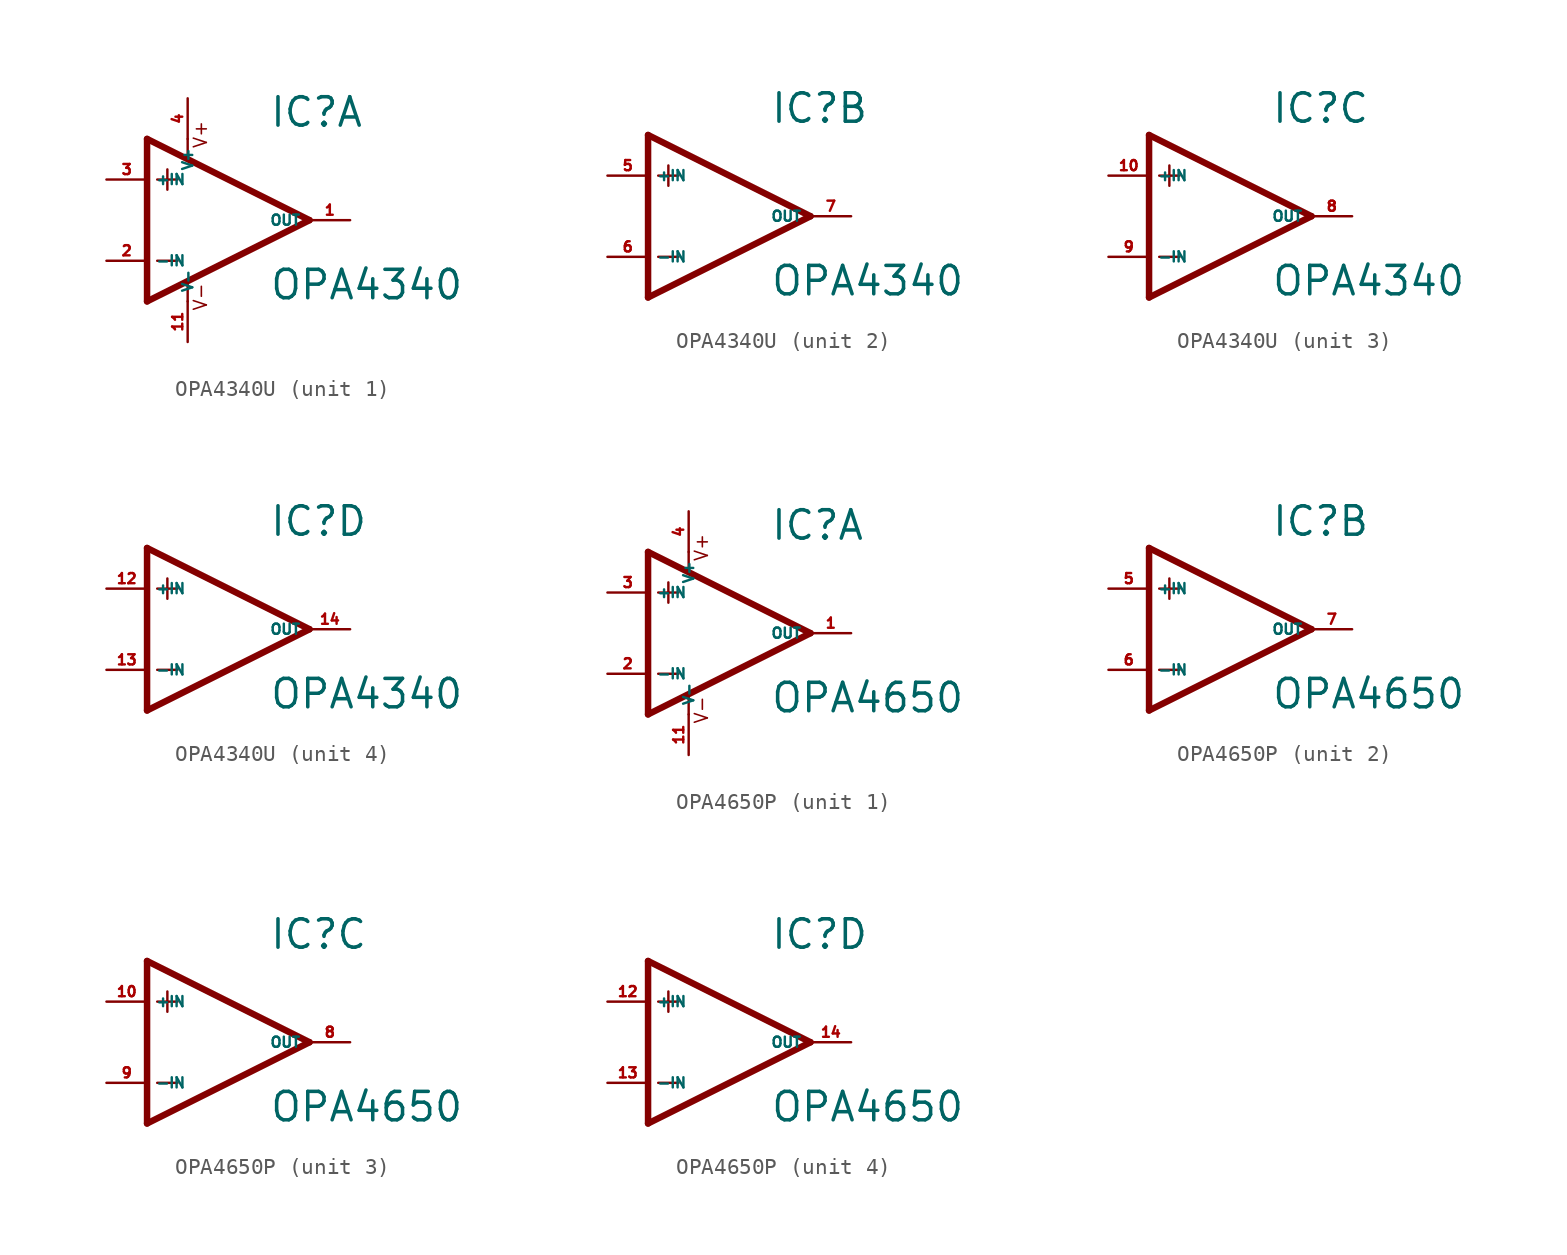
<source format=kicad_sym>
(kicad_symbol_lib
  (version 20220914)
  (generator Eagle2Kicad)
  (symbol "OPA4340U"
    (property "Reference" "IC"
      (at 2.54 5.715 0)
      (effects (font (size 1.778 1.778) (thickness 0.22)) (justify left bottom)))
    (property "Value" "OPA4340"
      (at 2.54 -5.08 0)
      (effects (font (size 1.778 1.778) (thickness 0.22)) (justify left bottom)))
    (symbol "OPA4340U_1_0"
      (polyline (pts (xy -3.81 3.175) (xy -3.81 1.905)) (stroke (width 0.152) (type default)) (fill (type none)))
      (polyline (pts (xy -4.445 2.54) (xy -3.175 2.54)) (stroke (width 0.152) (type default)) (fill (type none)))
      (polyline (pts (xy -4.445 -2.54) (xy -3.175 -2.54)) (stroke (width 0.152) (type default)) (fill (type none)))
      (polyline (pts (xy -2.54 5.08) (xy -2.54 3.886)) (stroke (width 0.152) (type default)) (fill (type none)))
      (polyline (pts (xy -2.54 -3.912) (xy -2.54 -5.08)) (stroke (width 0.152) (type default)) (fill (type none)))
      (polyline (pts (xy 5.08 0) (xy -5.08 5.08)) (stroke (width 0.406) (type default)) (fill (type none)))
      (polyline (pts (xy -5.08 5.08) (xy -5.08 -5.08)) (stroke (width 0.406) (type default)) (fill (type none)))
      (polyline (pts (xy -5.08 -5.08) (xy 5.08 0)) (stroke (width 0.406) (type default)) (fill (type none)))
      (text "V+" (at -1.27 4.445 900) (effects (font (size 0.813 0.813) (thickness 0.10)) (justify left bottom)))
      (text "V-" (at -1.27 -5.715 900) (effects (font (size 0.813 0.813) (thickness 0.10)) (justify left bottom)))
      (pin input line (at -7.62 -2.54 0) (length 2.54) (name "-IN" (effects (font (size 0.635 0.635) (thickness 0.08)) (justify left bottom))) (number "2" (effects (font (size 0.635 0.635) (thickness 0.08)) (justify left bottom))))
      (pin input line (at -7.62 2.54 0) (length 2.54) (name "+IN" (effects (font (size 0.635 0.635) (thickness 0.08)) (justify left bottom))) (number "3" (effects (font (size 0.635 0.635) (thickness 0.08)) (justify left bottom))))
      (pin output line (at 7.62 0 180) (length 2.54) (name "OUT" (effects (font (size 0.635 0.635) (thickness 0.08)) (justify left bottom))) (number "1" (effects (font (size 0.635 0.635) (thickness 0.08)) (justify left bottom))))
      (pin unspecified line (at -2.54 7.62 270) (length 2.54) (name "V+" (effects (font (size 0.635 0.635) (thickness 0.08)) (justify left bottom))) (number "4" (effects (font (size 0.635 0.635) (thickness 0.08)) (justify left bottom))))
      (pin unspecified line (at -2.54 -7.62 90) (length 2.54) (name "V-" (effects (font (size 0.635 0.635) (thickness 0.08)) (justify left bottom))) (number "11" (effects (font (size 0.635 0.635) (thickness 0.08)) (justify left bottom)))))
    (symbol "OPA4340U_2_0"
      (polyline (pts (xy -3.81 3.175) (xy -3.81 1.905)) (stroke (width 0.152) (type default)) (fill (type none)))
      (polyline (pts (xy -4.445 2.54) (xy -3.175 2.54)) (stroke (width 0.152) (type default)) (fill (type none)))
      (polyline (pts (xy -4.445 -2.54) (xy -3.175 -2.54)) (stroke (width 0.152) (type default)) (fill (type none)))
      (polyline (pts (xy 5.08 0) (xy -5.08 5.08)) (stroke (width 0.406) (type default)) (fill (type none)))
      (polyline (pts (xy -5.08 5.08) (xy -5.08 -5.08)) (stroke (width 0.406) (type default)) (fill (type none)))
      (polyline (pts (xy -5.08 -5.08) (xy 5.08 0)) (stroke (width 0.406) (type default)) (fill (type none)))
      (pin input line (at -7.62 -2.54 0) (length 2.54) (name "-IN" (effects (font (size 0.635 0.635) (thickness 0.08)) (justify left bottom))) (number "6" (effects (font (size 0.635 0.635) (thickness 0.08)) (justify left bottom))))
      (pin input line (at -7.62 2.54 0) (length 2.54) (name "+IN" (effects (font (size 0.635 0.635) (thickness 0.08)) (justify left bottom))) (number "5" (effects (font (size 0.635 0.635) (thickness 0.08)) (justify left bottom))))
      (pin output line (at 7.62 0 180) (length 2.54) (name "OUT" (effects (font (size 0.635 0.635) (thickness 0.08)) (justify left bottom))) (number "7" (effects (font (size 0.635 0.635) (thickness 0.08)) (justify left bottom)))))
    (symbol "OPA4340U_3_0"
      (polyline (pts (xy -3.81 3.175) (xy -3.81 1.905)) (stroke (width 0.152) (type default)) (fill (type none)))
      (polyline (pts (xy -4.445 2.54) (xy -3.175 2.54)) (stroke (width 0.152) (type default)) (fill (type none)))
      (polyline (pts (xy -4.445 -2.54) (xy -3.175 -2.54)) (stroke (width 0.152) (type default)) (fill (type none)))
      (polyline (pts (xy 5.08 0) (xy -5.08 5.08)) (stroke (width 0.406) (type default)) (fill (type none)))
      (polyline (pts (xy -5.08 5.08) (xy -5.08 -5.08)) (stroke (width 0.406) (type default)) (fill (type none)))
      (polyline (pts (xy -5.08 -5.08) (xy 5.08 0)) (stroke (width 0.406) (type default)) (fill (type none)))
      (pin input line (at -7.62 -2.54 0) (length 2.54) (name "-IN" (effects (font (size 0.635 0.635) (thickness 0.08)) (justify left bottom))) (number "9" (effects (font (size 0.635 0.635) (thickness 0.08)) (justify left bottom))))
      (pin input line (at -7.62 2.54 0) (length 2.54) (name "+IN" (effects (font (size 0.635 0.635) (thickness 0.08)) (justify left bottom))) (number "10" (effects (font (size 0.635 0.635) (thickness 0.08)) (justify left bottom))))
      (pin output line (at 7.62 0 180) (length 2.54) (name "OUT" (effects (font (size 0.635 0.635) (thickness 0.08)) (justify left bottom))) (number "8" (effects (font (size 0.635 0.635) (thickness 0.08)) (justify left bottom)))))
    (symbol "OPA4340U_4_0"
      (polyline (pts (xy -3.81 3.175) (xy -3.81 1.905)) (stroke (width 0.152) (type default)) (fill (type none)))
      (polyline (pts (xy -4.445 2.54) (xy -3.175 2.54)) (stroke (width 0.152) (type default)) (fill (type none)))
      (polyline (pts (xy -4.445 -2.54) (xy -3.175 -2.54)) (stroke (width 0.152) (type default)) (fill (type none)))
      (polyline (pts (xy 5.08 0) (xy -5.08 5.08)) (stroke (width 0.406) (type default)) (fill (type none)))
      (polyline (pts (xy -5.08 5.08) (xy -5.08 -5.08)) (stroke (width 0.406) (type default)) (fill (type none)))
      (polyline (pts (xy -5.08 -5.08) (xy 5.08 0)) (stroke (width 0.406) (type default)) (fill (type none)))
      (pin input line (at -7.62 -2.54 0) (length 2.54) (name "-IN" (effects (font (size 0.635 0.635) (thickness 0.08)) (justify left bottom))) (number "13" (effects (font (size 0.635 0.635) (thickness 0.08)) (justify left bottom))))
      (pin input line (at -7.62 2.54 0) (length 2.54) (name "+IN" (effects (font (size 0.635 0.635) (thickness 0.08)) (justify left bottom))) (number "12" (effects (font (size 0.635 0.635) (thickness 0.08)) (justify left bottom))))
      (pin output line (at 7.62 0 180) (length 2.54) (name "OUT" (effects (font (size 0.635 0.635) (thickness 0.08)) (justify left bottom))) (number "14" (effects (font (size 0.635 0.635) (thickness 0.08)) (justify left bottom))))))
  (symbol "OPA4650P"
    (property "Reference" "IC"
      (at 2.54 5.715 0)
      (effects (font (size 1.778 1.778) (thickness 0.22)) (justify left bottom)))
    (property "Value" "OPA4650"
      (at 2.54 -5.08 0)
      (effects (font (size 1.778 1.778) (thickness 0.22)) (justify left bottom)))
    (symbol "OPA4650P_1_0"
      (polyline (pts (xy -3.81 3.175) (xy -3.81 1.905)) (stroke (width 0.152) (type default)) (fill (type none)))
      (polyline (pts (xy -4.445 2.54) (xy -3.175 2.54)) (stroke (width 0.152) (type default)) (fill (type none)))
      (polyline (pts (xy -4.445 -2.54) (xy -3.175 -2.54)) (stroke (width 0.152) (type default)) (fill (type none)))
      (polyline (pts (xy -2.54 5.08) (xy -2.54 3.886)) (stroke (width 0.152) (type default)) (fill (type none)))
      (polyline (pts (xy -2.54 -3.912) (xy -2.54 -5.08)) (stroke (width 0.152) (type default)) (fill (type none)))
      (polyline (pts (xy 5.08 0) (xy -5.08 5.08)) (stroke (width 0.406) (type default)) (fill (type none)))
      (polyline (pts (xy -5.08 5.08) (xy -5.08 -5.08)) (stroke (width 0.406) (type default)) (fill (type none)))
      (polyline (pts (xy -5.08 -5.08) (xy 5.08 0)) (stroke (width 0.406) (type default)) (fill (type none)))
      (text "V+" (at -1.27 4.445 900) (effects (font (size 0.813 0.813) (thickness 0.10)) (justify left bottom)))
      (text "V-" (at -1.27 -5.715 900) (effects (font (size 0.813 0.813) (thickness 0.10)) (justify left bottom)))
      (pin input line (at -7.62 -2.54 0) (length 2.54) (name "-IN" (effects (font (size 0.635 0.635) (thickness 0.08)) (justify left bottom))) (number "2" (effects (font (size 0.635 0.635) (thickness 0.08)) (justify left bottom))))
      (pin input line (at -7.62 2.54 0) (length 2.54) (name "+IN" (effects (font (size 0.635 0.635) (thickness 0.08)) (justify left bottom))) (number "3" (effects (font (size 0.635 0.635) (thickness 0.08)) (justify left bottom))))
      (pin output line (at 7.62 0 180) (length 2.54) (name "OUT" (effects (font (size 0.635 0.635) (thickness 0.08)) (justify left bottom))) (number "1" (effects (font (size 0.635 0.635) (thickness 0.08)) (justify left bottom))))
      (pin unspecified line (at -2.54 7.62 270) (length 2.54) (name "V+" (effects (font (size 0.635 0.635) (thickness 0.08)) (justify left bottom))) (number "4" (effects (font (size 0.635 0.635) (thickness 0.08)) (justify left bottom))))
      (pin unspecified line (at -2.54 -7.62 90) (length 2.54) (name "V-" (effects (font (size 0.635 0.635) (thickness 0.08)) (justify left bottom))) (number "11" (effects (font (size 0.635 0.635) (thickness 0.08)) (justify left bottom)))))
    (symbol "OPA4650P_2_0"
      (polyline (pts (xy -3.81 3.175) (xy -3.81 1.905)) (stroke (width 0.152) (type default)) (fill (type none)))
      (polyline (pts (xy -4.445 2.54) (xy -3.175 2.54)) (stroke (width 0.152) (type default)) (fill (type none)))
      (polyline (pts (xy -4.445 -2.54) (xy -3.175 -2.54)) (stroke (width 0.152) (type default)) (fill (type none)))
      (polyline (pts (xy 5.08 0) (xy -5.08 5.08)) (stroke (width 0.406) (type default)) (fill (type none)))
      (polyline (pts (xy -5.08 5.08) (xy -5.08 -5.08)) (stroke (width 0.406) (type default)) (fill (type none)))
      (polyline (pts (xy -5.08 -5.08) (xy 5.08 0)) (stroke (width 0.406) (type default)) (fill (type none)))
      (pin input line (at -7.62 -2.54 0) (length 2.54) (name "-IN" (effects (font (size 0.635 0.635) (thickness 0.08)) (justify left bottom))) (number "6" (effects (font (size 0.635 0.635) (thickness 0.08)) (justify left bottom))))
      (pin input line (at -7.62 2.54 0) (length 2.54) (name "+IN" (effects (font (size 0.635 0.635) (thickness 0.08)) (justify left bottom))) (number "5" (effects (font (size 0.635 0.635) (thickness 0.08)) (justify left bottom))))
      (pin output line (at 7.62 0 180) (length 2.54) (name "OUT" (effects (font (size 0.635 0.635) (thickness 0.08)) (justify left bottom))) (number "7" (effects (font (size 0.635 0.635) (thickness 0.08)) (justify left bottom)))))
    (symbol "OPA4650P_3_0"
      (polyline (pts (xy -3.81 3.175) (xy -3.81 1.905)) (stroke (width 0.152) (type default)) (fill (type none)))
      (polyline (pts (xy -4.445 2.54) (xy -3.175 2.54)) (stroke (width 0.152) (type default)) (fill (type none)))
      (polyline (pts (xy -4.445 -2.54) (xy -3.175 -2.54)) (stroke (width 0.152) (type default)) (fill (type none)))
      (polyline (pts (xy 5.08 0) (xy -5.08 5.08)) (stroke (width 0.406) (type default)) (fill (type none)))
      (polyline (pts (xy -5.08 5.08) (xy -5.08 -5.08)) (stroke (width 0.406) (type default)) (fill (type none)))
      (polyline (pts (xy -5.08 -5.08) (xy 5.08 0)) (stroke (width 0.406) (type default)) (fill (type none)))
      (pin input line (at -7.62 -2.54 0) (length 2.54) (name "-IN" (effects (font (size 0.635 0.635) (thickness 0.08)) (justify left bottom))) (number "9" (effects (font (size 0.635 0.635) (thickness 0.08)) (justify left bottom))))
      (pin input line (at -7.62 2.54 0) (length 2.54) (name "+IN" (effects (font (size 0.635 0.635) (thickness 0.08)) (justify left bottom))) (number "10" (effects (font (size 0.635 0.635) (thickness 0.08)) (justify left bottom))))
      (pin output line (at 7.62 0 180) (length 2.54) (name "OUT" (effects (font (size 0.635 0.635) (thickness 0.08)) (justify left bottom))) (number "8" (effects (font (size 0.635 0.635) (thickness 0.08)) (justify left bottom)))))
    (symbol "OPA4650P_4_0"
      (polyline (pts (xy -3.81 3.175) (xy -3.81 1.905)) (stroke (width 0.152) (type default)) (fill (type none)))
      (polyline (pts (xy -4.445 2.54) (xy -3.175 2.54)) (stroke (width 0.152) (type default)) (fill (type none)))
      (polyline (pts (xy -4.445 -2.54) (xy -3.175 -2.54)) (stroke (width 0.152) (type default)) (fill (type none)))
      (polyline (pts (xy 5.08 0) (xy -5.08 5.08)) (stroke (width 0.406) (type default)) (fill (type none)))
      (polyline (pts (xy -5.08 5.08) (xy -5.08 -5.08)) (stroke (width 0.406) (type default)) (fill (type none)))
      (polyline (pts (xy -5.08 -5.08) (xy 5.08 0)) (stroke (width 0.406) (type default)) (fill (type none)))
      (pin input line (at -7.62 -2.54 0) (length 2.54) (name "-IN" (effects (font (size 0.635 0.635) (thickness 0.08)) (justify left bottom))) (number "13" (effects (font (size 0.635 0.635) (thickness 0.08)) (justify left bottom))))
      (pin input line (at -7.62 2.54 0) (length 2.54) (name "+IN" (effects (font (size 0.635 0.635) (thickness 0.08)) (justify left bottom))) (number "12" (effects (font (size 0.635 0.635) (thickness 0.08)) (justify left bottom))))
      (pin output line (at 7.62 0 180) (length 2.54) (name "OUT" (effects (font (size 0.635 0.635) (thickness 0.08)) (justify left bottom))) (number "14" (effects (font (size 0.635 0.635) (thickness 0.08)) (justify left bottom)))))))
</source>
